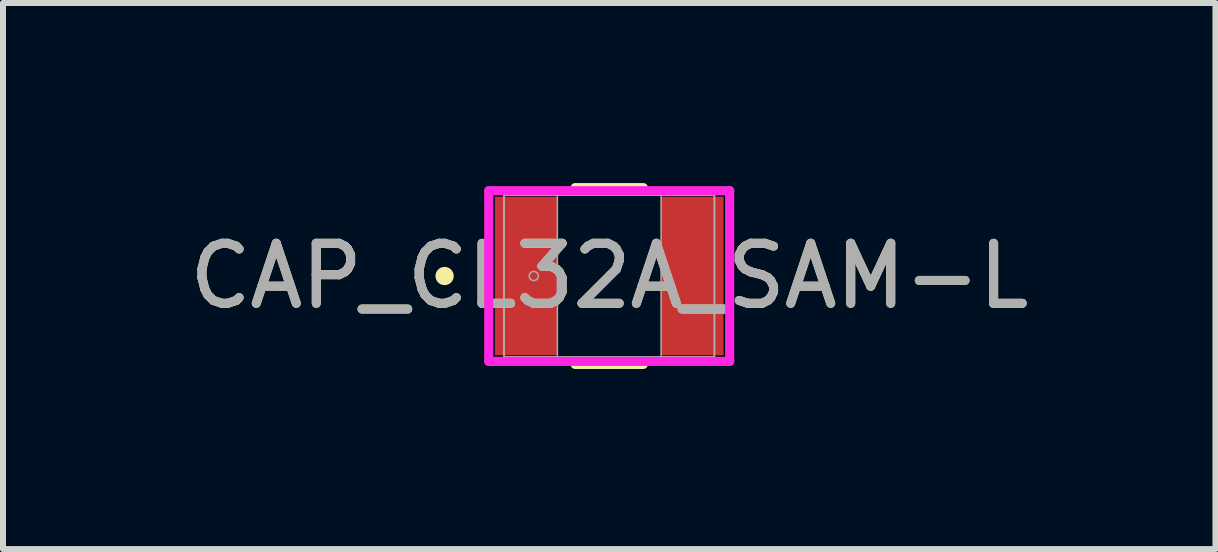
<source format=kicad_pcb>
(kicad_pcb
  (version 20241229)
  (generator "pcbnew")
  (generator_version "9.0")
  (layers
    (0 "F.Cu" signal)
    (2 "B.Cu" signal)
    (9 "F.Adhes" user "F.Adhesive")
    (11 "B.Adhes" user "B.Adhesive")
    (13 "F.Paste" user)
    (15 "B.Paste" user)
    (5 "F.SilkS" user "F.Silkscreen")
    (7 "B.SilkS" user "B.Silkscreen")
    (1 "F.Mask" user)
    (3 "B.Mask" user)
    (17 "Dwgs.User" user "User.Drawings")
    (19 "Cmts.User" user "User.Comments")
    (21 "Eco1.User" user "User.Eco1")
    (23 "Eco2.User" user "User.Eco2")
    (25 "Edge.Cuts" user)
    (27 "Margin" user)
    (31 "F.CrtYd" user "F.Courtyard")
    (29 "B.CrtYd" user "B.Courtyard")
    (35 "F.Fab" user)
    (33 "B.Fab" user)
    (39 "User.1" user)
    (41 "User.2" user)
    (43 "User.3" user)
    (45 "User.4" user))
  (footprint "CAP_CL32A_SAM-L"
    (layer "F.Cu")
    (at 7.101 1.549)
    (property "Reference" "CAP_CL32A_SAM-L" (at 0 0 0) (unlocked yes) (layer "F.SilkS") (effects (font (size 1 1) (thickness 0.15))))
    (attr smd)
    (fp_line (start -0.568 1.473) (end 0.568 1.473) (stroke (width 0.152) (type solid)) (layer "F.SilkS"))
    (fp_line (start 0.568 -1.473) (end -0.568 -1.473) (stroke (width 0.152) (type solid)) (layer "F.SilkS"))
    (fp_circle (center -2.743 0) (end -2.667 0) (stroke (width 0.152) (type solid)) (fill no) (layer "F.SilkS"))
    (fp_line (start -2.007 -1.422) (end 2.007 -1.422) (stroke (width 0.152) (type solid)) (layer "F.CrtYd"))
    (fp_line (start -2.007 1.422) (end -2.007 -1.422) (stroke (width 0.152) (type solid)) (layer "F.CrtYd"))
    (fp_line (start 2.007 -1.422) (end 2.007 1.422) (stroke (width 0.152) (type solid)) (layer "F.CrtYd"))
    (fp_line (start 2.007 1.422) (end -2.007 1.422) (stroke (width 0.152) (type solid)) (layer "F.CrtYd"))
    (fp_line (start -1.753 -1.346) (end -1.753 1.346) (stroke (width 0.025) (type solid)) (layer "F.Fab"))
    (fp_line (start -1.753 -1.346) (end -1.753 1.346) (stroke (width 0.025) (type solid)) (layer "F.Fab"))
    (fp_line (start -1.753 1.346) (end -0.864 1.346) (stroke (width 0.025) (type solid)) (layer "F.Fab"))
    (fp_line (start -1.753 1.346) (end 1.753 1.346) (stroke (width 0.025) (type solid)) (layer "F.Fab"))
    (fp_line (start -0.864 -1.346) (end -1.753 -1.346) (stroke (width 0.025) (type solid)) (layer "F.Fab"))
    (fp_line (start -0.864 1.346) (end -0.864 -1.346) (stroke (width 0.025) (type solid)) (layer "F.Fab"))
    (fp_line (start 0.864 -1.346) (end 0.864 1.346) (stroke (width 0.025) (type solid)) (layer "F.Fab"))
    (fp_line (start 0.864 1.346) (end 1.753 1.346) (stroke (width 0.025) (type solid)) (layer "F.Fab"))
    (fp_line (start 1.753 -1.346) (end -1.753 -1.346) (stroke (width 0.025) (type solid)) (layer "F.Fab"))
    (fp_line (start 1.753 -1.346) (end 0.864 -1.346) (stroke (width 0.025) (type solid)) (layer "F.Fab"))
    (fp_line (start 1.753 1.346) (end 1.753 -1.346) (stroke (width 0.025) (type solid)) (layer "F.Fab"))
    (fp_line (start 1.753 1.346) (end 1.753 -1.346) (stroke (width 0.025) (type solid)) (layer "F.Fab"))
    (fp_circle (center -1.257 0) (end -1.181 0) (stroke (width 0.025) (type solid)) (fill no) (layer "F.Fab"))
    (fp_text user "${REFERENCE}" (at 0 0 0) (unlocked yes) (layer "F.Fab") (effects (font (size 1 1) (thickness 0.15))))
    (pad "1" smd rect (at -1.384 0) (size 1.041 2.642) (layers "F.Cu" "F.Mask" "F.Paste"))
    (pad "2" smd rect (at 1.384 0) (size 1.041 2.642) (layers "F.Cu" "F.Mask" "F.Paste"))
    (zone (net_name "") (layer "F.Cu") (hatch full 0.508) (connect_pads) (min_thickness 0.254) (filled_areas_thickness no) (keepout (tracks not_allowed) (vias not_allowed) (pads allowed) (copperpour not_allowed) (footprints allowed)) (placement (enabled no)) (fill) (polygon (pts (xy 6.288 0.254) (xy 7.914 0.254) (xy 7.914 2.845) (xy 6.288 2.845)))))
  (gr_rect
    (start -3 -3)
    (end 17.202 6.099)
    (stroke (width 0.1) (type default))
    (fill no)
    (layer "Edge.Cuts")))
</source>
